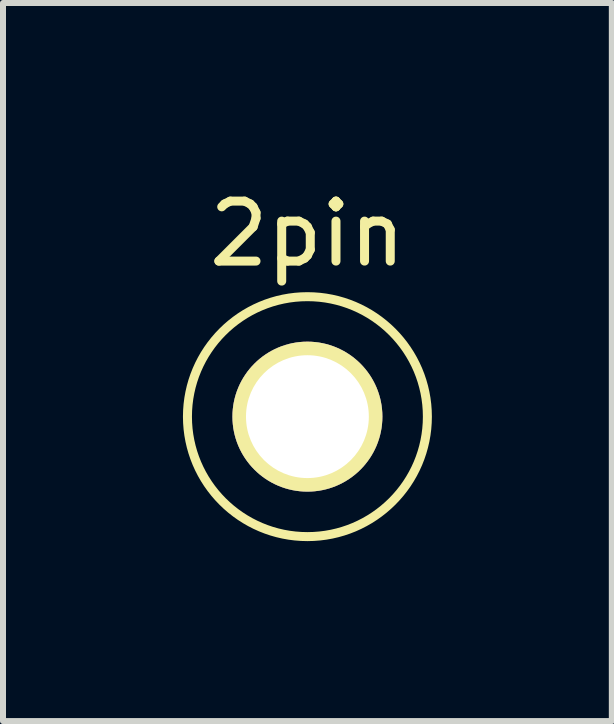
<source format=kicad_pcb>
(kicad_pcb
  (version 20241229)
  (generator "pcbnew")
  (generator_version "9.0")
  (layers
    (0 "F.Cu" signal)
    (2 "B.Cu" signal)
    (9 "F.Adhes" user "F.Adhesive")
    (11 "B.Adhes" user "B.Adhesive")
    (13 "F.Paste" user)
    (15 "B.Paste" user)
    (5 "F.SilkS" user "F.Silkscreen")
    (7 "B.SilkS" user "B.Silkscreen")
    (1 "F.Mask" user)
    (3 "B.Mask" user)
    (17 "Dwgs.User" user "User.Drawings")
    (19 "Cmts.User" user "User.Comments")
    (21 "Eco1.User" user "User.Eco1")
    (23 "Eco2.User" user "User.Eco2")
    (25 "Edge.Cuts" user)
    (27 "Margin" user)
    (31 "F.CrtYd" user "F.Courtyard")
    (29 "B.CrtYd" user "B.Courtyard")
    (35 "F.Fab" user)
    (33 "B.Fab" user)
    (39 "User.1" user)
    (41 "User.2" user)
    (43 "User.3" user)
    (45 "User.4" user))
  (footprint "2pin"
    (layer "F.Cu")
    (at 2.075 3.896)
    (property "Reference" "2pin" (at 0 -3.048 0) (layer "F.SilkS") (effects (font (size 1 1) (thickness 0.15))))
    (attr through_hole)
    (fp_circle (center 0 0) (end 2 0) (stroke (width 0.15) (type solid)) (fill no) (layer "F.SilkS"))
    (pad "" np_thru_hole circle (at 0 0) (size 2.5 2.5) (drill 2.048) (layers "*.Cu" "*.Mask" "F.SilkS")))
  (gr_rect
    (start -3 -3)
    (end 7.15 8.971)
    (stroke (width 0.1) (type default))
    (fill no)
    (layer "Edge.Cuts")))
</source>
